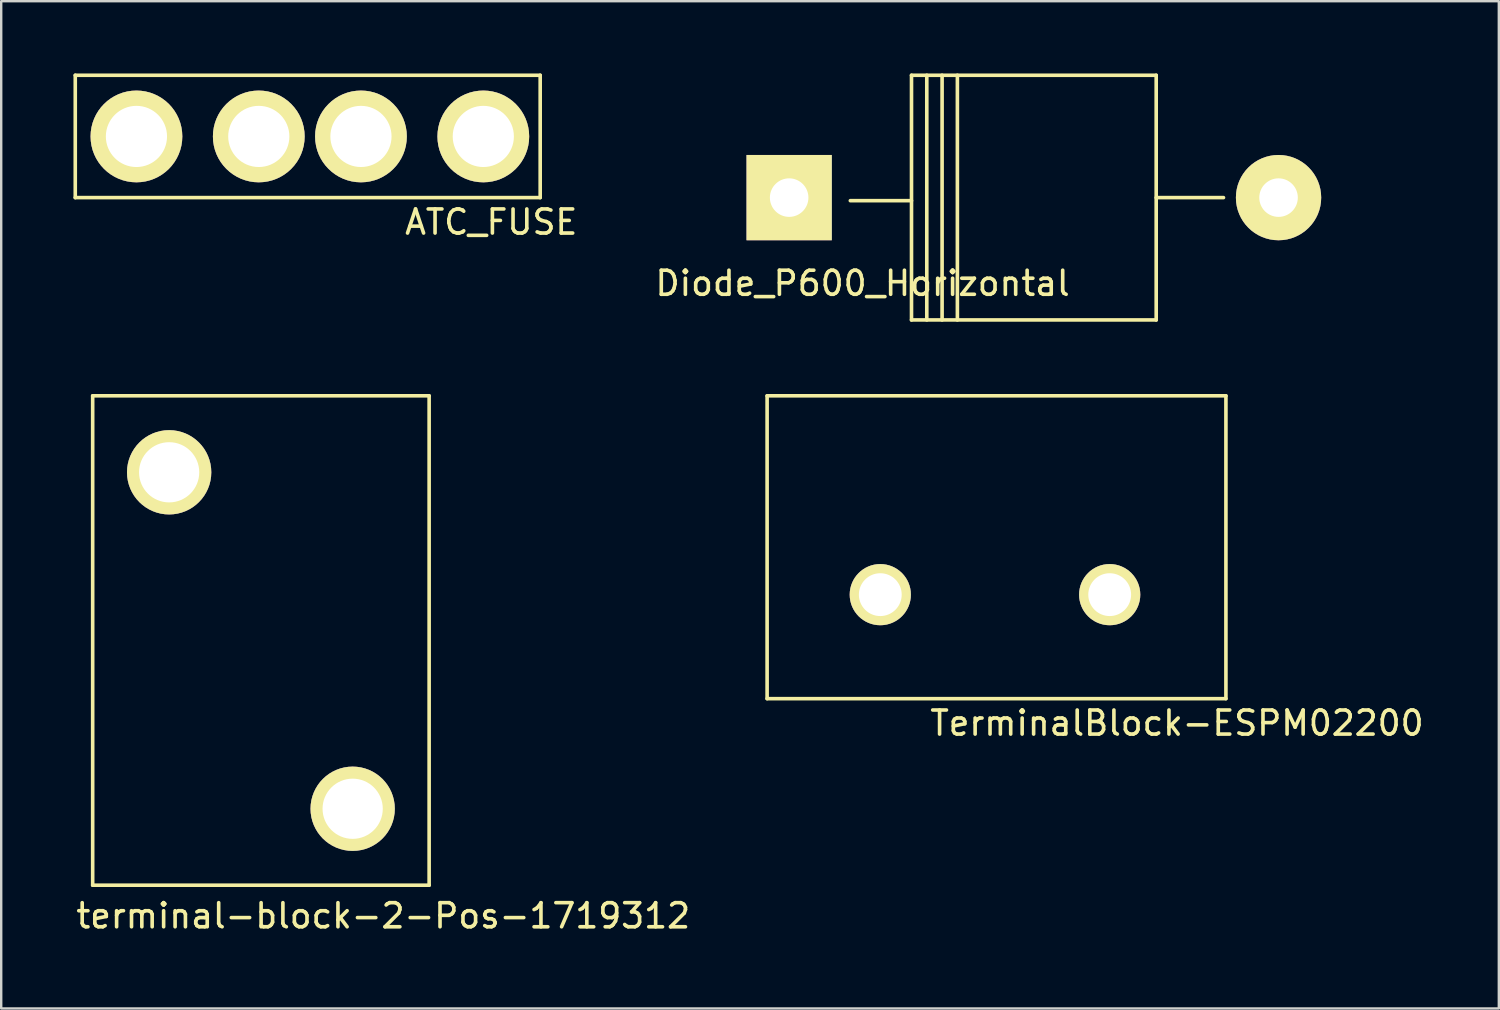
<source format=kicad_pcb>
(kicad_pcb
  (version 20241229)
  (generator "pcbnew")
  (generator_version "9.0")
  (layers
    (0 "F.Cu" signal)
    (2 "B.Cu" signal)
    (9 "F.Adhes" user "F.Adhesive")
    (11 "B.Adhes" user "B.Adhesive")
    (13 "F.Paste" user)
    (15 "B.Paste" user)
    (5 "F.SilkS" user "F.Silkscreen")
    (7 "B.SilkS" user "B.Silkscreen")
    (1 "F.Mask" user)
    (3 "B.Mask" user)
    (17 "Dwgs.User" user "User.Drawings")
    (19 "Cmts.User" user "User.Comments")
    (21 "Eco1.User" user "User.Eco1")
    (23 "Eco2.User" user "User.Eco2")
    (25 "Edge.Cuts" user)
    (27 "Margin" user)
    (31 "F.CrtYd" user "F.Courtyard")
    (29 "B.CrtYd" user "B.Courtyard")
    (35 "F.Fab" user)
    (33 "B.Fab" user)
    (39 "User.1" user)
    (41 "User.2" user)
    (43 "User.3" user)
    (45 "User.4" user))
  (footprint "terminal-block-2-Pos-1719312"
    (layer "F.Cu")
    (at 3.973 16.56)
    (property "Reference" "terminal-block-2-Pos-1719312" (at 8.89 18.415 0) (layer "F.SilkS") (effects (font (size 1 1) (thickness 0.15))))
    (attr through_hole)
    (fp_line (start -3.175 -3.175) (end -3.175 17.145) (stroke (width 0.15) (type solid)) (layer "F.SilkS"))
    (fp_line (start 10.795 -3.175) (end -3.175 -3.175) (stroke (width 0.15) (type solid)) (layer "F.SilkS"))
    (fp_line (start 10.795 17.145) (end -3.175 17.145) (stroke (width 0.15) (type solid)) (layer "F.SilkS"))
    (fp_line (start 10.795 17.145) (end 10.795 -3.175) (stroke (width 0.15) (type solid)) (layer "F.SilkS"))
    (pad "1" thru_hole circle (at 7.62 13.97) (size 3.5 3.5) (drill 2.5) (layers "*.Cu" "*.Mask" "F.SilkS"))
    (pad "2" thru_hole circle (at 0 0) (size 3.5 3.5) (drill 2.5) (layers "*.Cu" "*.Mask" "F.SilkS")))
  (footprint "TerminalBlock-ESPM02200"
    (layer "F.Cu")
    (at 33.5 21.64)
    (property "Reference" "TerminalBlock-ESPM02200" (at 12.319 5.334 0) (layer "F.SilkS") (effects (font (size 1 1) (thickness 0.15))))
    (attr through_hole)
    (fp_line (start -4.699 -8.255) (end 14.351 -8.255) (stroke (width 0.15) (type solid)) (layer "F.SilkS"))
    (fp_line (start -4.699 4.318) (end -4.699 -8.255) (stroke (width 0.15) (type solid)) (layer "F.SilkS"))
    (fp_line (start 14.351 -8.255) (end 14.351 4.318) (stroke (width 0.15) (type solid)) (layer "F.SilkS"))
    (fp_line (start 14.351 4.318) (end -4.699 4.318) (stroke (width 0.15) (type solid)) (layer "F.SilkS"))
    (pad "1" thru_hole circle (at 9.525 0) (size 2.54 2.54) (drill 1.778) (layers "*.Cu" "*.Mask" "F.SilkS"))
    (pad "2" thru_hole circle (at 0 0) (size 2.54 2.54) (drill 1.778) (layers "*.Cu" "*.Mask" "F.SilkS")))
  (footprint "Diode_P600_Horizontal"
    (layer "F.Cu")
    (at 29.716 5.158)
    (property "Reference" "Diode_P600_Horizontal" (at 3.048 3.556 0) (layer "F.SilkS") (effects (font (size 1 1) (thickness 0.15))))
    (attr through_hole)
    (fp_line (start 5.08 -5.083) (end 5.08 5.077) (stroke (width 0.15) (type solid)) (layer "F.SilkS"))
    (fp_line (start 5.08 0.124) (end 2.54 0.124) (stroke (width 0.15) (type solid)) (layer "F.SilkS"))
    (fp_line (start 5.715 -5.083) (end 5.715 5.077) (stroke (width 0.15) (type solid)) (layer "F.SilkS"))
    (fp_line (start 6.35 -5.083) (end 6.35 5.077) (stroke (width 0.15) (type solid)) (layer "F.SilkS"))
    (fp_line (start 6.985 -5.083) (end 6.985 5.077) (stroke (width 0.15) (type solid)) (layer "F.SilkS"))
    (fp_line (start 15.24 -5.083) (end 5.08 -5.083) (stroke (width 0.15) (type solid)) (layer "F.SilkS"))
    (fp_line (start 15.24 -5.083) (end 15.24 5.077) (stroke (width 0.15) (type solid)) (layer "F.SilkS"))
    (fp_line (start 15.24 -0.003) (end 18.034 -0.003) (stroke (width 0.15) (type solid)) (layer "F.SilkS"))
    (fp_line (start 15.24 5.077) (end 5.08 5.077) (stroke (width 0.15) (type solid)) (layer "F.SilkS"))
    (pad "1" thru_hole rect (at 0 -0.003 180) (size 3.541 3.541) (drill 1.6) (layers "*.Cu" "*.Mask" "F.SilkS"))
    (pad "2" thru_hole circle (at 20.32 -0.003 180) (size 3.541 3.541) (drill 1.6) (layers "*.Cu" "*.Mask" "F.SilkS")))
  (footprint "ATC_FUSE"
    (layer "F.Cu")
    (at 2.615 2.615)
    (property "Reference" "ATC_FUSE" (at 14.732 3.556 0) (layer "F.SilkS") (effects (font (size 1 1) (thickness 0.15))))
    (attr through_hole)
    (fp_line (start -2.54 -2.54) (end 16.764 -2.54) (stroke (width 0.15) (type solid)) (layer "F.SilkS"))
    (fp_line (start -2.54 2.54) (end -2.54 -2.54) (stroke (width 0.15) (type solid)) (layer "F.SilkS"))
    (fp_line (start 16.764 -2.54) (end 16.764 2.54) (stroke (width 0.15) (type solid)) (layer "F.SilkS"))
    (fp_line (start 16.764 2.54) (end -2.54 2.54) (stroke (width 0.15) (type solid)) (layer "F.SilkS"))
    (pad "1" thru_hole circle (at 0 0) (size 3.81 3.81) (drill 2.54) (layers "*.Cu" "*.Mask" "F.SilkS"))
    (pad "1" thru_hole circle (at 5.08 0) (size 3.81 3.81) (drill 2.54) (layers "*.Cu" "*.Mask" "F.SilkS"))
    (pad "2" thru_hole circle (at 9.322 0) (size 3.81 3.81) (drill 2.54) (layers "*.Cu" "*.Mask" "F.SilkS"))
    (pad "2" thru_hole circle (at 14.402 0) (size 3.81 3.81) (drill 2.54) (layers "*.Cu" "*.Mask" "F.SilkS")))
  (gr_rect
    (start -3 -3)
    (end 59.182 38.823)
    (stroke (width 0.1) (type default))
    (fill no)
    (layer "Edge.Cuts")))
</source>
